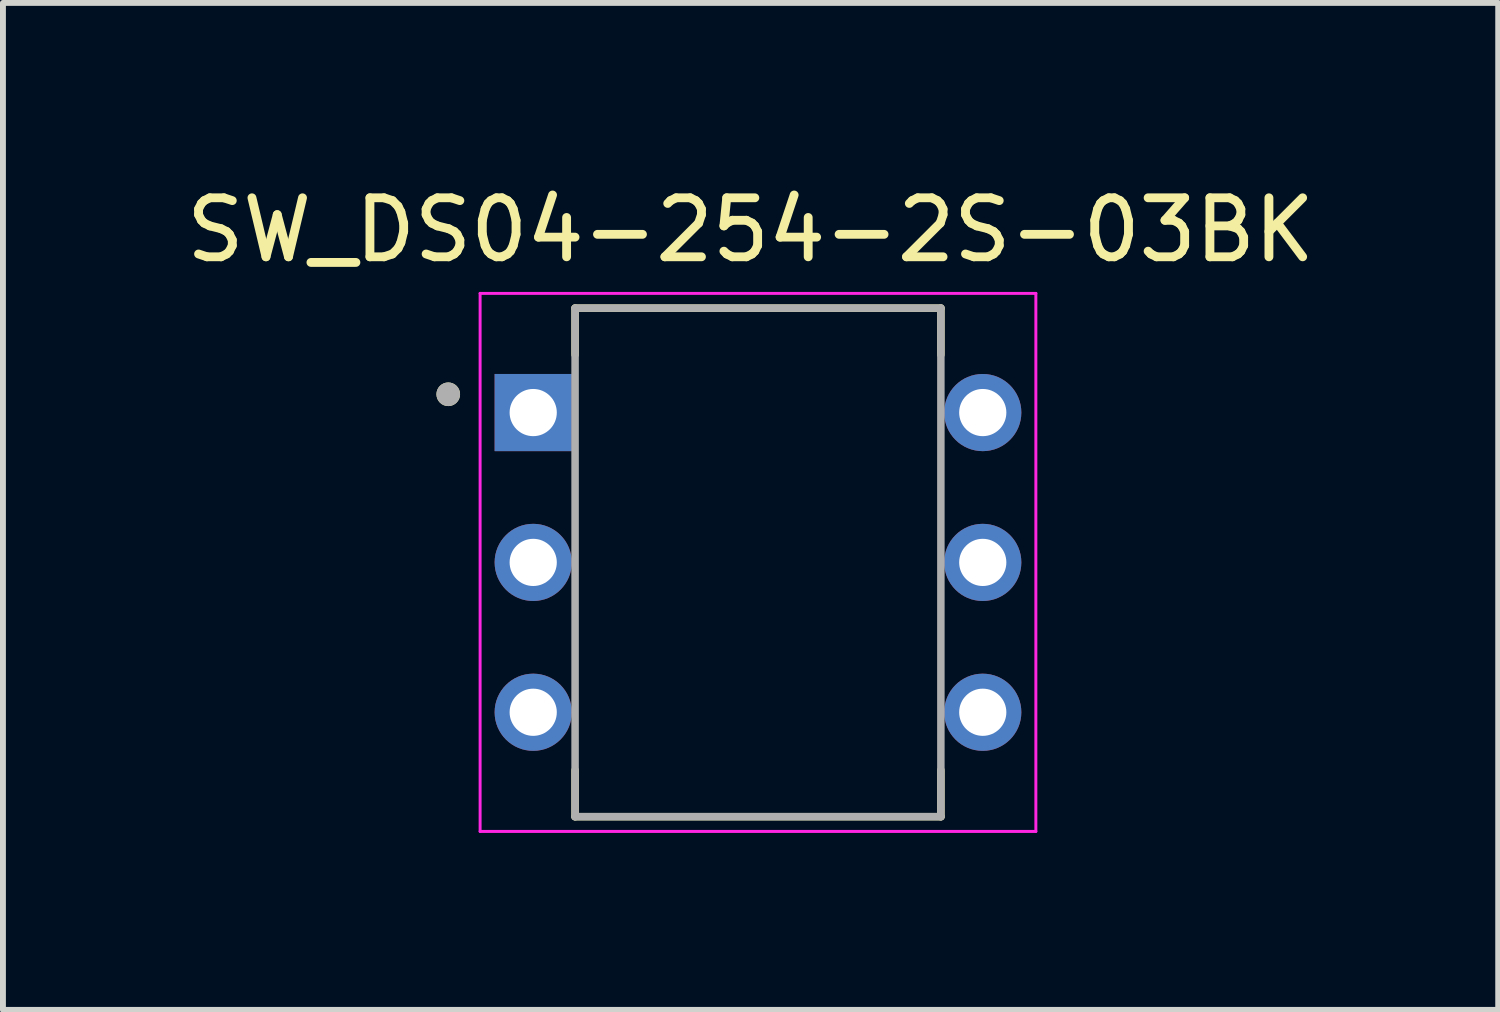
<source format=kicad_pcb>
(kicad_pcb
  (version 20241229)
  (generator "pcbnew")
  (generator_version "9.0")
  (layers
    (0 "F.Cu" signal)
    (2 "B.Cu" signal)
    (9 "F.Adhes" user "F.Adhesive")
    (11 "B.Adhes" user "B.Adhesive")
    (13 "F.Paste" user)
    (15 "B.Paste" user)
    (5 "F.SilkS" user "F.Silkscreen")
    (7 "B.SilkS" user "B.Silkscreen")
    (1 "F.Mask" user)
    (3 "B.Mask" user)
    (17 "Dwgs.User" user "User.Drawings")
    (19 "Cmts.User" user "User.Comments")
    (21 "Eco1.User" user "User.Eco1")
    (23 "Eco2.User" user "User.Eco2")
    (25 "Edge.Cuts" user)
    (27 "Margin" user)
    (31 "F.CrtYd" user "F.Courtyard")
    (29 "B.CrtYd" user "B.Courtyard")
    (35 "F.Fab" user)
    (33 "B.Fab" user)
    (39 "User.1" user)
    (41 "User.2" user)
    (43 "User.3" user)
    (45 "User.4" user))
  (footprint "SW_DS04-254-2S-03BK"
    (layer "F.Cu")
    (at 9.798 6.483)
    (property "Reference" "SW_DS04-254-2S-03BK" (at -0.125 -5.635 0) (layer "F.SilkS") (effects (font (size 1 1) (thickness 0.15))))
    (attr through_hole)
    (fp_line (start -3.1 -4.31) (end -3.1 -3.52) (stroke (width 0.127) (type solid)) (layer "F.SilkS"))
    (fp_line (start -3.1 3.52) (end -3.1 4.31) (stroke (width 0.127) (type solid)) (layer "F.SilkS"))
    (fp_line (start -3.1 4.31) (end 3.1 4.31) (stroke (width 0.127) (type solid)) (layer "F.SilkS"))
    (fp_line (start 3.1 -4.31) (end -3.1 -4.31) (stroke (width 0.127) (type solid)) (layer "F.SilkS"))
    (fp_line (start 3.1 -3.52) (end 3.1 -4.31) (stroke (width 0.127) (type solid)) (layer "F.SilkS"))
    (fp_line (start 3.1 4.31) (end 3.1 3.52) (stroke (width 0.127) (type solid)) (layer "F.SilkS"))
    (fp_circle (center -5.25 -2.85) (end -5.15 -2.85) (stroke (width 0.2) (type solid)) (fill no) (layer "F.SilkS"))
    (fp_line (start -4.71 -4.56) (end 4.71 -4.56) (stroke (width 0.05) (type solid)) (layer "F.CrtYd"))
    (fp_line (start -4.71 4.56) (end -4.71 -4.56) (stroke (width 0.05) (type solid)) (layer "F.CrtYd"))
    (fp_line (start 4.71 -4.56) (end 4.71 4.56) (stroke (width 0.05) (type solid)) (layer "F.CrtYd"))
    (fp_line (start 4.71 4.56) (end -4.71 4.56) (stroke (width 0.05) (type solid)) (layer "F.CrtYd"))
    (fp_line (start -3.1 -4.31) (end -3.1 4.31) (stroke (width 0.127) (type solid)) (layer "F.Fab"))
    (fp_line (start -3.1 4.31) (end 3.1 4.31) (stroke (width 0.127) (type solid)) (layer "F.Fab"))
    (fp_line (start 3.1 -4.31) (end -3.1 -4.31) (stroke (width 0.127) (type solid)) (layer "F.Fab"))
    (fp_line (start 3.1 4.31) (end 3.1 -4.31) (stroke (width 0.127) (type solid)) (layer "F.Fab"))
    (fp_circle (center -5.25 -2.85) (end -5.15 -2.85) (stroke (width 0.2) (type solid)) (fill no) (layer "F.Fab"))
    (pad "1A" thru_hole rect (at -3.81 -2.54) (size 1.308 1.308) (drill 0.8) (layers "*.Cu" "*.Mask"))
    (pad "1B" thru_hole circle (at 3.81 -2.54) (size 1.308 1.308) (drill 0.8) (layers "*.Cu" "*.Mask"))
    (pad "2A" thru_hole circle (at -3.81 0) (size 1.308 1.308) (drill 0.8) (layers "*.Cu" "*.Mask"))
    (pad "2B" thru_hole circle (at 3.81 0) (size 1.308 1.308) (drill 0.8) (layers "*.Cu" "*.Mask"))
    (pad "3A" thru_hole circle (at -3.81 2.54) (size 1.308 1.308) (drill 0.8) (layers "*.Cu" "*.Mask"))
    (pad "3B" thru_hole circle (at 3.81 2.54) (size 1.308 1.308) (drill 0.8) (layers "*.Cu" "*.Mask")))
  (gr_rect
    (start -3 -3)
    (end 22.345 14.068)
    (stroke (width 0.1) (type default))
    (fill no)
    (layer "Edge.Cuts")))
</source>
